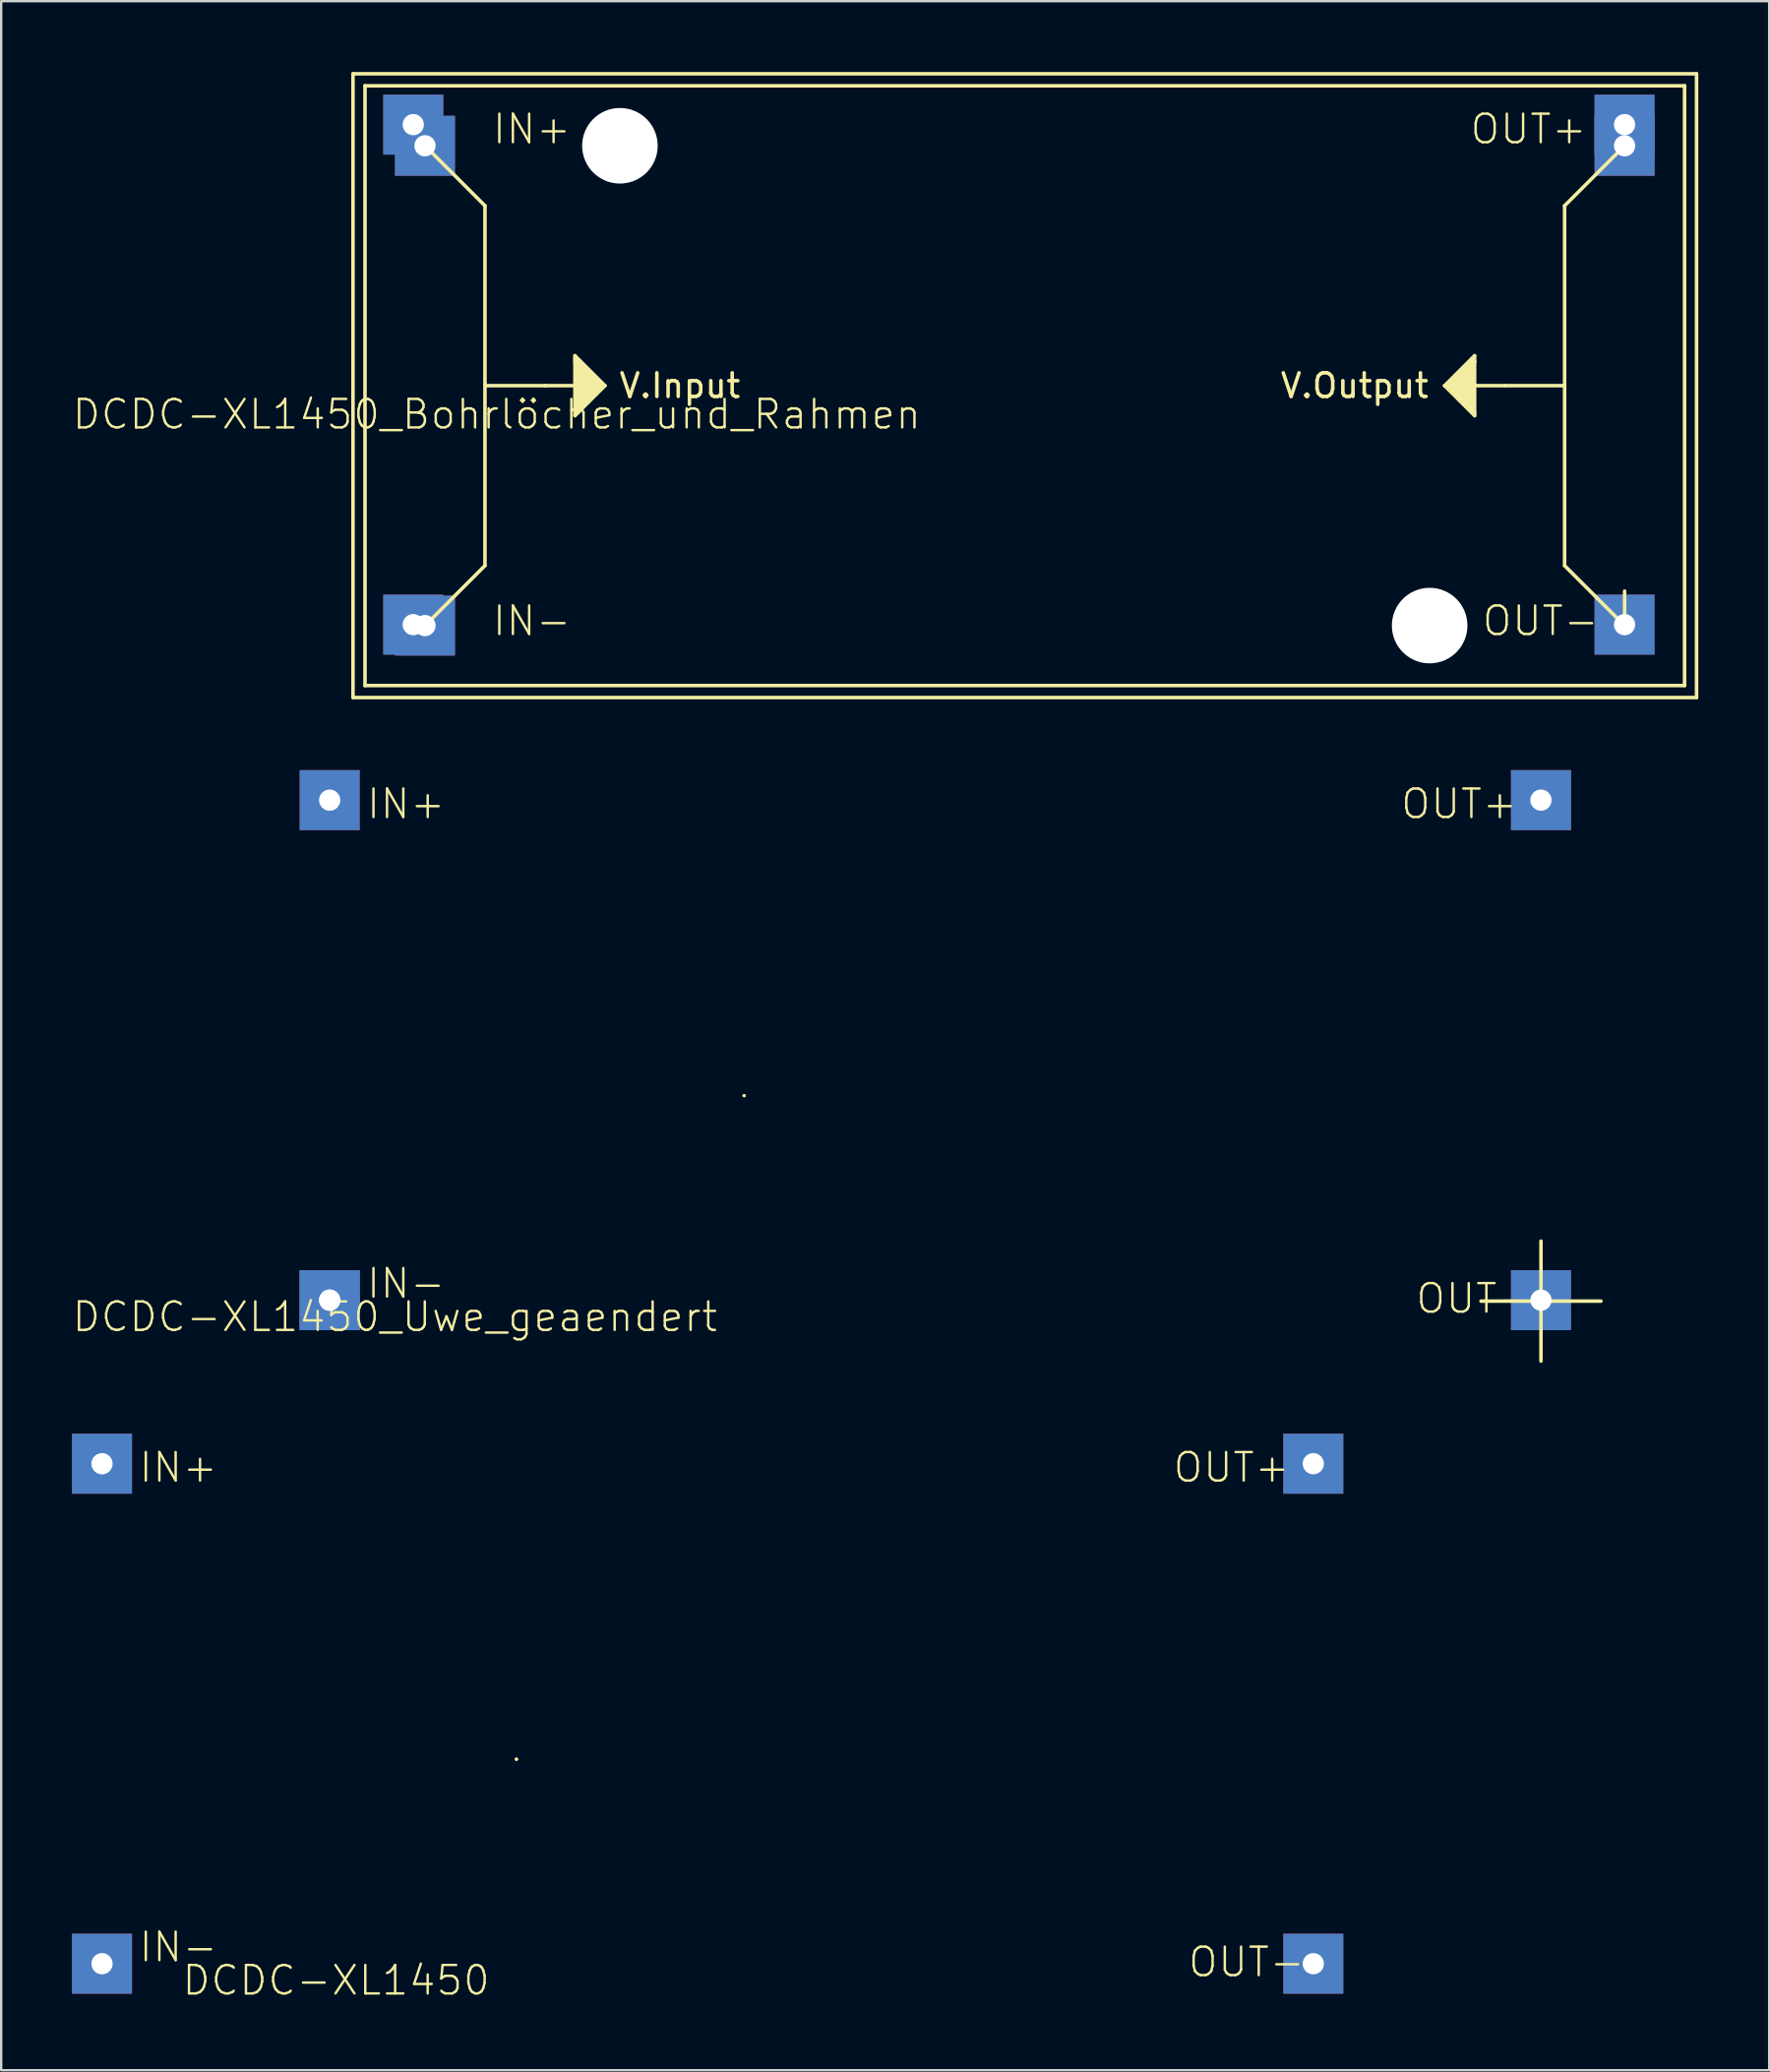
<source format=kicad_pcb>
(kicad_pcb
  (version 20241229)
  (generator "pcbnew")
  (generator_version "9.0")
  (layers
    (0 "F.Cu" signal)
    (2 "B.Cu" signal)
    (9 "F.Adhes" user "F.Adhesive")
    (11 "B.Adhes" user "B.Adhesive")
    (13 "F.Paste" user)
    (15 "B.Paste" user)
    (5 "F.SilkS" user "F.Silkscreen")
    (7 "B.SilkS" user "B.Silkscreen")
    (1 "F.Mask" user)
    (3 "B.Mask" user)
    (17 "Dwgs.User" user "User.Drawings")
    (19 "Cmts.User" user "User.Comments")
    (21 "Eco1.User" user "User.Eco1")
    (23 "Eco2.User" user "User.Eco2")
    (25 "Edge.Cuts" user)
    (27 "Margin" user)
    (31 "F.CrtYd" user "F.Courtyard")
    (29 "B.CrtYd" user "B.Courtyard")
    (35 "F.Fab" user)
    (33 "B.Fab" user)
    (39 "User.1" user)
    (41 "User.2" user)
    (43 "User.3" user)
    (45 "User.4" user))
  (footprint "DCDC-XL1450_Bohrlöcher_und_Rahmen"
    (layer "F.Cu")
    (at 40.347 13.283)
    (property "Reference" "DCDC-XL1450_Bohrlöcher_und_Rahmen" (at -4.318 0.508 0) (layer "F.SilkS") (effects (font (size 1.206 1.206) (thickness 0.102)) (justify right top)))
    (attr through_hole)
    (fp_line (start -28.448 -13.208) (end -28.448 13.208) (stroke (width 0.15) (type solid)) (layer "F.SilkS"))
    (fp_line (start -28.448 13.208) (end 28.448 13.208) (stroke (width 0.15) (type solid)) (layer "F.SilkS"))
    (fp_line (start -27.94 -12.7) (end 27.94 -12.7) (stroke (width 0.15) (type solid)) (layer "F.SilkS"))
    (fp_line (start -27.94 12.7) (end -27.94 -12.7) (stroke (width 0.15) (type solid)) (layer "F.SilkS"))
    (fp_line (start -22.86 -7.62) (end -25.4 -10.16) (stroke (width 0.15) (type solid)) (layer "F.SilkS"))
    (fp_line (start -22.86 0) (end -20.32 0) (stroke (width 0.15) (type solid)) (layer "F.SilkS"))
    (fp_line (start -22.86 7.62) (end -25.4 10.16) (stroke (width 0.15) (type solid)) (layer "F.SilkS"))
    (fp_line (start -22.86 7.62) (end -22.86 -7.62) (stroke (width 0.15) (type solid)) (layer "F.SilkS"))
    (fp_line (start -20.32 0) (end -17.78 0) (stroke (width 0.15) (type solid)) (layer "F.SilkS"))
    (fp_line (start -19.05 -1.27) (end -17.78 0) (stroke (width 0.15) (type solid)) (layer "F.SilkS"))
    (fp_line (start -19.05 -1.143) (end -17.907 0) (stroke (width 0.15) (type solid)) (layer "F.SilkS"))
    (fp_line (start -19.05 -1.016) (end -18.034 0) (stroke (width 0.15) (type solid)) (layer "F.SilkS"))
    (fp_line (start -19.05 1.27) (end -19.05 -1.27) (stroke (width 0.15) (type solid)) (layer "F.SilkS"))
    (fp_line (start -18.923 -0.889) (end -18.923 -0.635) (stroke (width 0.15) (type solid)) (layer "F.SilkS"))
    (fp_line (start -18.923 -0.635) (end -18.796 -0.762) (stroke (width 0.15) (type solid)) (layer "F.SilkS"))
    (fp_line (start -18.923 0.762) (end -18.923 1.143) (stroke (width 0.15) (type solid)) (layer "F.SilkS"))
    (fp_line (start -18.923 1.016) (end -18.923 -0.889) (stroke (width 0.15) (type solid)) (layer "F.SilkS"))
    (fp_line (start -18.796 -0.762) (end -18.796 0.762) (stroke (width 0.15) (type solid)) (layer "F.SilkS"))
    (fp_line (start -18.796 0.762) (end -18.923 0.889) (stroke (width 0.15) (type solid)) (layer "F.SilkS"))
    (fp_line (start -18.796 0.762) (end -18.669 0.762) (stroke (width 0.15) (type solid)) (layer "F.SilkS"))
    (fp_line (start -18.669 -0.635) (end -18.542 -0.508) (stroke (width 0.15) (type solid)) (layer "F.SilkS"))
    (fp_line (start -18.669 0.635) (end -18.923 0.762) (stroke (width 0.15) (type solid)) (layer "F.SilkS"))
    (fp_line (start -18.669 0.762) (end -18.669 -0.635) (stroke (width 0.15) (type solid)) (layer "F.SilkS"))
    (fp_line (start -18.542 -0.508) (end -18.542 0.508) (stroke (width 0.15) (type solid)) (layer "F.SilkS"))
    (fp_line (start -18.542 0.508) (end -18.415 0.381) (stroke (width 0.15) (type solid)) (layer "F.SilkS"))
    (fp_line (start -18.415 -0.381) (end -18.288 -0.254) (stroke (width 0.15) (type solid)) (layer "F.SilkS"))
    (fp_line (start -18.415 0.381) (end -18.415 -0.381) (stroke (width 0.15) (type solid)) (layer "F.SilkS"))
    (fp_line (start -18.288 -0.254) (end -18.288 0.254) (stroke (width 0.15) (type solid)) (layer "F.SilkS"))
    (fp_line (start -18.288 0.254) (end -18.161 0.254) (stroke (width 0.15) (type solid)) (layer "F.SilkS"))
    (fp_line (start -18.161 -0.127) (end -18.161 0.127) (stroke (width 0.15) (type solid)) (layer "F.SilkS"))
    (fp_line (start -18.161 0.127) (end -18.669 0.635) (stroke (width 0.15) (type solid)) (layer "F.SilkS"))
    (fp_line (start -18.161 0.254) (end -18.161 -0.127) (stroke (width 0.15) (type solid)) (layer "F.SilkS"))
    (fp_line (start -17.907 0) (end -18.923 1.016) (stroke (width 0.15) (type solid)) (layer "F.SilkS"))
    (fp_line (start -17.78 0) (end -19.05 1.27) (stroke (width 0.15) (type solid)) (layer "F.SilkS"))
    (fp_line (start 17.78 0) (end 19.05 1.27) (stroke (width 0.15) (type solid)) (layer "F.SilkS"))
    (fp_line (start 17.78 0) (end 20.32 0) (stroke (width 0.15) (type solid)) (layer "F.SilkS"))
    (fp_line (start 17.907 0) (end 18.542 0.254) (stroke (width 0.15) (type solid)) (layer "F.SilkS"))
    (fp_line (start 17.907 0) (end 18.923 -1.016) (stroke (width 0.15) (type solid)) (layer "F.SilkS"))
    (fp_line (start 18.034 0.127) (end 18.796 -0.762) (stroke (width 0.15) (type solid)) (layer "F.SilkS"))
    (fp_line (start 18.161 -0.127) (end 18.034 0.127) (stroke (width 0.15) (type solid)) (layer "F.SilkS"))
    (fp_line (start 18.161 0.254) (end 18.161 -0.127) (stroke (width 0.15) (type solid)) (layer "F.SilkS"))
    (fp_line (start 18.288 -0.254) (end 18.288 0.381) (stroke (width 0.15) (type solid)) (layer "F.SilkS"))
    (fp_line (start 18.288 0.381) (end 18.161 0.254) (stroke (width 0.15) (type solid)) (layer "F.SilkS"))
    (fp_line (start 18.415 -0.254) (end 18.288 -0.254) (stroke (width 0.15) (type solid)) (layer "F.SilkS"))
    (fp_line (start 18.415 0.381) (end 18.415 -0.254) (stroke (width 0.15) (type solid)) (layer "F.SilkS"))
    (fp_line (start 18.542 -0.381) (end 18.542 0.508) (stroke (width 0.15) (type solid)) (layer "F.SilkS"))
    (fp_line (start 18.542 0.508) (end 18.415 0.381) (stroke (width 0.15) (type solid)) (layer "F.SilkS"))
    (fp_line (start 18.542 0.508) (end 18.923 0.889) (stroke (width 0.15) (type solid)) (layer "F.SilkS"))
    (fp_line (start 18.669 -0.508) (end 18.542 -0.381) (stroke (width 0.15) (type solid)) (layer "F.SilkS"))
    (fp_line (start 18.669 0.762) (end 18.669 -0.508) (stroke (width 0.15) (type solid)) (layer "F.SilkS"))
    (fp_line (start 18.796 -0.762) (end 18.796 0.762) (stroke (width 0.15) (type solid)) (layer "F.SilkS"))
    (fp_line (start 18.796 0.762) (end 18.669 0.762) (stroke (width 0.15) (type solid)) (layer "F.SilkS"))
    (fp_line (start 18.923 -1.143) (end 19.05 -1.016) (stroke (width 0.15) (type solid)) (layer "F.SilkS"))
    (fp_line (start 18.923 -1.016) (end 18.923 1.016) (stroke (width 0.15) (type solid)) (layer "F.SilkS"))
    (fp_line (start 18.923 1.016) (end 18.034 0.127) (stroke (width 0.15) (type solid)) (layer "F.SilkS"))
    (fp_line (start 19.05 -1.27) (end 17.78 0) (stroke (width 0.15) (type solid)) (layer "F.SilkS"))
    (fp_line (start 19.05 -1.016) (end 18.669 -0.635) (stroke (width 0.15) (type solid)) (layer "F.SilkS"))
    (fp_line (start 19.05 1.143) (end 17.907 0) (stroke (width 0.15) (type solid)) (layer "F.SilkS"))
    (fp_line (start 19.05 1.27) (end 19.05 -1.27) (stroke (width 0.15) (type solid)) (layer "F.SilkS"))
    (fp_line (start 22.86 -7.62) (end 25.4 -10.16) (stroke (width 0.15) (type solid)) (layer "F.SilkS"))
    (fp_line (start 22.86 0) (end 20.32 0) (stroke (width 0.15) (type solid)) (layer "F.SilkS"))
    (fp_line (start 22.86 7.62) (end 22.86 -7.62) (stroke (width 0.15) (type solid)) (layer "F.SilkS"))
    (fp_line (start 25.4 10.16) (end 22.86 7.62) (stroke (width 0.15) (type solid)) (layer "F.SilkS"))
    (fp_line (start 25.401 10.122) (end 25.401 8.7) (stroke (width 0.15) (type solid)) (layer "F.SilkS"))
    (fp_line (start 27.94 -12.7) (end 27.94 12.7) (stroke (width 0.15) (type solid)) (layer "F.SilkS"))
    (fp_line (start 27.94 12.7) (end -27.94 12.7) (stroke (width 0.15) (type solid)) (layer "F.SilkS"))
    (fp_line (start 28.448 -13.208) (end -28.448 -13.208) (stroke (width 0.15) (type solid)) (layer "F.SilkS"))
    (fp_line (start 28.448 13.208) (end 28.448 -13.208) (stroke (width 0.15) (type solid)) (layer "F.SilkS"))
    (fp_text user "V.Output" (at 13.97 0 0) (layer "F.SilkS") (effects (font (size 1 1) (thickness 0.15))))
    (fp_text user "IN-" (at -22.606 10.668 0) (layer "F.SilkS") (effects (font (size 1.206 1.206) (thickness 0.102)) (justify left bottom)))
    (fp_text user "IN+" (at -22.606 -10.16 0) (layer "F.SilkS") (effects (font (size 1.206 1.206) (thickness 0.102)) (justify left bottom)))
    (fp_text user "V.Input" (at -14.605 0 0) (layer "F.SilkS") (effects (font (size 1 1) (thickness 0.15))))
    (fp_text user "OUT+" (at 18.796 -10.16 0) (layer "F.SilkS") (effects (font (size 1.206 1.206) (thickness 0.102)) (justify left bottom)))
    (fp_text user "OUT-" (at 19.304 10.668 0) (layer "F.SilkS") (effects (font (size 1.206 1.206) (thickness 0.102)) (justify left bottom)))
    (pad "" np_thru_hole circle (at -17.145 -10.16) (size 3.2 3.2) (drill 3.2) (layers "*.Cu" "*.Mask"))
    (pad "" np_thru_hole circle (at 17.145 10.16) (size 3.2 3.2) (drill 3.2) (layers "*.Cu" "*.Mask"))
    (pad "I+" thru_hole rect (at -25.896 -11.055) (size 2.54 2.54) (drill 0.9) (layers "*.Cu" "*.Mask"))
    (pad "I+" thru_hole rect (at -25.4 -10.16) (size 2.54 2.54) (drill 0.9) (layers "*.Cu" "*.Mask"))
    (pad "I-" thru_hole rect (at -25.896 10.12) (size 2.54 2.54) (drill 0.9) (layers "*.Cu" "*.Mask"))
    (pad "I-" thru_hole rect (at -25.4 10.16) (size 2.54 2.54) (drill 0.9) (layers "*.Cu" "*.Mask"))
    (pad "O+" thru_hole rect (at 25.399 -11.055) (size 2.54 2.54) (drill 0.9) (layers "*.Cu" "*.Mask"))
    (pad "O+" thru_hole rect (at 25.4 -10.16) (size 2.54 2.54) (drill 0.9) (layers "*.Cu" "*.Mask"))
    (pad "O-" thru_hole rect (at 25.399 10.12) (size 2.54 2.54) (drill 0.9) (layers "*.Cu" "*.Mask")))
  (footprint "DCDC-XL1450_Uwe_geaendert"
    (layer "F.Cu")
    (at 62.207 52.05)
    (property "Reference" "DCDC-XL1450_Uwe_geaendert" (at -34.796 -0.04 0) (layer "F.SilkS") (effects (font (size 1.206 1.206) (thickness 0.102)) (justify right top)))
    (attr through_hole)
    (fp_line (start -33.746 -8.7) (end -33.746 -8.7) (stroke (width 0.127) (type solid)) (layer "F.SilkS"))
    (fp_line (start -33.746 -8.7) (end -33.746 -8.7) (stroke (width 0.127) (type solid)) (layer "F.SilkS"))
    (fp_line (start -33.746 -8.7) (end -33.746 -8.7) (stroke (width 0.127) (type solid)) (layer "F.SilkS"))
    (fp_line (start -33.746 -8.7) (end -33.746 -8.7) (stroke (width 0.127) (type solid)) (layer "F.SilkS"))
    (fp_line (start -2.54 0) (end 2.54 0) (stroke (width 0.15) (type solid)) (layer "F.SilkS"))
    (fp_line (start 0 -2.54) (end 0 2.54) (stroke (width 0.15) (type solid)) (layer "F.SilkS"))
    (fp_text user "IN+" (at -49.796 -20.349 0) (layer "F.SilkS") (effects (font (size 1.206 1.206) (thickness 0.102)) (justify left bottom)))
    (fp_text user "OUT+" (at -6.001 -20.349 0) (layer "F.SilkS") (effects (font (size 1.206 1.206) (thickness 0.102)) (justify left bottom)))
    (fp_text user "OUT-" (at -5.366 0.596 0) (layer "F.SilkS") (effects (font (size 1.206 1.206) (thickness 0.102)) (justify left bottom)))
    (fp_text user "IN-" (at -49.796 -0.04 0) (layer "F.SilkS") (effects (font (size 1.206 1.206) (thickness 0.102)) (justify left bottom)))
    (pad "I+" thru_hole rect (at -51.296 -21.215) (size 2.54 2.54) (drill 0.9) (layers "*.Cu" "*.Mask"))
    (pad "I-" thru_hole rect (at -51.296 -0.04) (size 2.54 2.54) (drill 0.9) (layers "*.Cu" "*.Mask"))
    (pad "I-" thru_hole rect (at -51.296 -0.04) (size 2.54 2.54) (drill 0.9) (layers "*.Cu" "*.Mask"))
    (pad "O+" thru_hole rect (at -0.001 -21.215) (size 2.54 2.54) (drill 0.9) (layers "*.Cu" "*.Mask"))
    (pad "O-" thru_hole rect (at -0.001 -0.04) (size 2.54 2.54) (drill 0.9) (layers "*.Cu" "*.Mask")))
  (footprint "DCDC-XL1450"
    (layer "F.Cu")
    (at 18.82 71.451)
    (property "Reference" "DCDC-XL1450" (at -1.05 8.66 0) (layer "F.SilkS") (effects (font (size 1.206 1.206) (thickness 0.102)) (justify right top)))
    (attr through_hole)
    (fp_line (start 0 0) (end 0 0) (stroke (width 0.127) (type solid)) (layer "F.SilkS"))
    (fp_line (start 0 0) (end 0 0) (stroke (width 0.127) (type solid)) (layer "F.SilkS"))
    (fp_line (start 0 0) (end 0 0) (stroke (width 0.127) (type solid)) (layer "F.SilkS"))
    (fp_line (start 0 0) (end 0 0) (stroke (width 0.127) (type solid)) (layer "F.SilkS"))
    (fp_text user "IN+" (at -16.05 -11.65 0) (layer "F.SilkS") (effects (font (size 1.206 1.206) (thickness 0.102)) (justify left bottom)))
    (fp_text user "OUT+" (at 27.745 -11.65 0) (layer "F.SilkS") (effects (font (size 1.206 1.206) (thickness 0.102)) (justify left bottom)))
    (fp_text user "OUT-" (at 28.38 9.295 0) (layer "F.SilkS") (effects (font (size 1.206 1.206) (thickness 0.102)) (justify left bottom)))
    (fp_text user "IN-" (at -16.05 8.66 0) (layer "F.SilkS") (effects (font (size 1.206 1.206) (thickness 0.102)) (justify left bottom)))
    (pad "I+" thru_hole rect (at -17.55 -12.515) (size 2.54 2.54) (drill 0.9) (layers "*.Cu" "*.Mask"))
    (pad "I-" thru_hole rect (at -17.55 8.66) (size 2.54 2.54) (drill 0.9) (layers "*.Cu" "*.Mask"))
    (pad "O+" thru_hole rect (at 33.745 -12.515) (size 2.54 2.54) (drill 0.9) (layers "*.Cu" "*.Mask"))
    (pad "O-" thru_hole rect (at 33.745 8.66) (size 2.54 2.54) (drill 0.9) (layers "*.Cu" "*.Mask")))
  (gr_rect
    (start -3 -3)
    (end 71.87 84.622)
    (stroke (width 0.1) (type default))
    (fill no)
    (layer "Edge.Cuts")))
</source>
